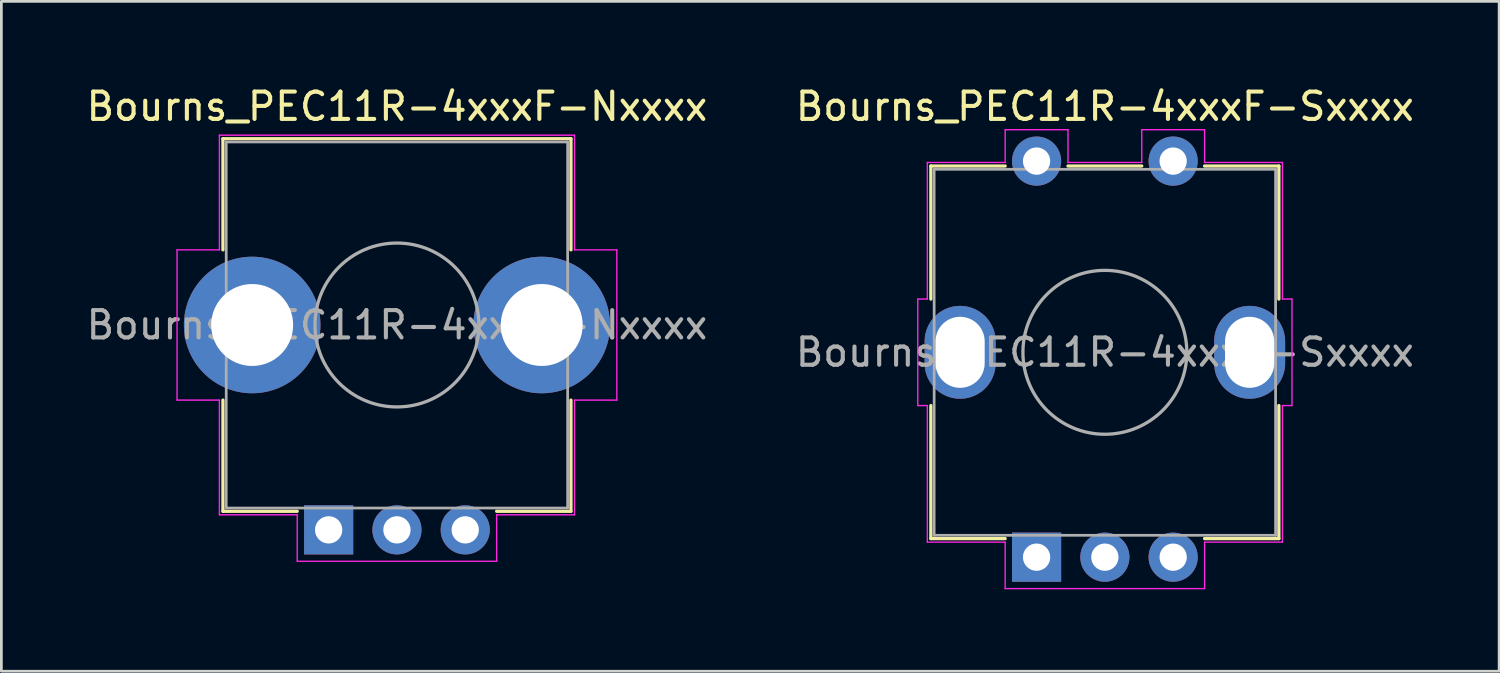
<source format=kicad_pcb>
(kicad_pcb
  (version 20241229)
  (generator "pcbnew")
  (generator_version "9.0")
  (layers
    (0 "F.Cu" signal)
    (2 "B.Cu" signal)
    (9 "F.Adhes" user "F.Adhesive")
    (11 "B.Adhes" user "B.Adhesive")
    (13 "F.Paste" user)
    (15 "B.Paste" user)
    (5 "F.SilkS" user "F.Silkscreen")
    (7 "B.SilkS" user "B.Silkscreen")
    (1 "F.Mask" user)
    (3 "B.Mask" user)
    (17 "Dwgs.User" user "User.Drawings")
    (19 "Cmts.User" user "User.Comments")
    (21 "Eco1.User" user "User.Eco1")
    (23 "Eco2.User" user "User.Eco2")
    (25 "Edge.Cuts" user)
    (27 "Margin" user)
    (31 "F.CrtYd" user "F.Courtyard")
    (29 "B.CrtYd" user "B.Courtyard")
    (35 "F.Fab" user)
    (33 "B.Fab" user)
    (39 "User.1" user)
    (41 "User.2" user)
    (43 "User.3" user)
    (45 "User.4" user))
  (footprint "Bourns_PEC11R-4xxxF-Sxxxx"
    (layer "F.Cu")
    (at 37.399 9.848)
    (property "Reference" "Bourns_PEC11R-4xxxF-Sxxxx" (at 0 -9 0) (layer "F.SilkS") (effects (font (size 1 1) (thickness 0.15))))
    (attr through_hole)
    (fp_line (start -6.37 -6.82) (end -6.37 -1.95) (stroke (width 0.12) (type solid)) (layer "F.SilkS"))
    (fp_line (start -6.37 1.95) (end -6.37 6.82) (stroke (width 0.12) (type solid)) (layer "F.SilkS"))
    (fp_line (start -3.65 -6.82) (end -6.37 -6.82) (stroke (width 0.12) (type solid)) (layer "F.SilkS"))
    (fp_line (start -3.65 6.82) (end -6.37 6.82) (stroke (width 0.12) (type solid)) (layer "F.SilkS"))
    (fp_line (start 1.35 -6.82) (end -1.35 -6.82) (stroke (width 0.12) (type solid)) (layer "F.SilkS"))
    (fp_line (start 6.37 -6.82) (end 3.65 -6.82) (stroke (width 0.12) (type solid)) (layer "F.SilkS"))
    (fp_line (start 6.37 -6.82) (end 6.37 -1.95) (stroke (width 0.12) (type solid)) (layer "F.SilkS"))
    (fp_line (start 6.37 1.95) (end 6.37 6.82) (stroke (width 0.12) (type solid)) (layer "F.SilkS"))
    (fp_line (start 6.37 6.82) (end 3.65 6.82) (stroke (width 0.12) (type solid)) (layer "F.SilkS"))
    (fp_line (start -6.85 1.95) (end -6.85 -1.95) (stroke (width 0.05) (type solid)) (layer "F.CrtYd"))
    (fp_line (start -6.5 -1.95) (end -6.85 -1.95) (stroke (width 0.05) (type solid)) (layer "F.CrtYd"))
    (fp_line (start -6.5 -1.95) (end -6.5 -6.95) (stroke (width 0.05) (type solid)) (layer "F.CrtYd"))
    (fp_line (start -6.5 1.95) (end -6.85 1.95) (stroke (width 0.05) (type solid)) (layer "F.CrtYd"))
    (fp_line (start -6.5 6.95) (end -6.5 1.95) (stroke (width 0.05) (type solid)) (layer "F.CrtYd"))
    (fp_line (start -3.65 -6.95) (end -6.5 -6.95) (stroke (width 0.05) (type solid)) (layer "F.CrtYd"))
    (fp_line (start -3.65 -6.95) (end -3.65 -8.15) (stroke (width 0.05) (type solid)) (layer "F.CrtYd"))
    (fp_line (start -3.65 6.95) (end -6.5 6.95) (stroke (width 0.05) (type solid)) (layer "F.CrtYd"))
    (fp_line (start -3.65 8.65) (end -3.65 6.95) (stroke (width 0.05) (type solid)) (layer "F.CrtYd"))
    (fp_line (start -1.35 -8.15) (end -3.65 -8.15) (stroke (width 0.05) (type solid)) (layer "F.CrtYd"))
    (fp_line (start -1.35 -6.95) (end -1.35 -8.15) (stroke (width 0.05) (type solid)) (layer "F.CrtYd"))
    (fp_line (start 1.35 -6.95) (end -1.35 -6.95) (stroke (width 0.05) (type solid)) (layer "F.CrtYd"))
    (fp_line (start 1.35 -6.95) (end 1.35 -8.15) (stroke (width 0.05) (type solid)) (layer "F.CrtYd"))
    (fp_line (start 3.65 -8.15) (end 1.35 -8.15) (stroke (width 0.05) (type solid)) (layer "F.CrtYd"))
    (fp_line (start 3.65 -6.95) (end 3.65 -8.15) (stroke (width 0.05) (type solid)) (layer "F.CrtYd"))
    (fp_line (start 3.65 8.65) (end -3.65 8.65) (stroke (width 0.05) (type solid)) (layer "F.CrtYd"))
    (fp_line (start 3.65 8.65) (end 3.65 6.95) (stroke (width 0.05) (type solid)) (layer "F.CrtYd"))
    (fp_line (start 6.5 -6.95) (end 3.65 -6.95) (stroke (width 0.05) (type solid)) (layer "F.CrtYd"))
    (fp_line (start 6.5 -1.95) (end 6.5 -6.95) (stroke (width 0.05) (type solid)) (layer "F.CrtYd"))
    (fp_line (start 6.5 6.95) (end 3.65 6.95) (stroke (width 0.05) (type solid)) (layer "F.CrtYd"))
    (fp_line (start 6.5 6.95) (end 6.5 1.95) (stroke (width 0.05) (type solid)) (layer "F.CrtYd"))
    (fp_line (start 6.85 -1.95) (end 6.5 -1.95) (stroke (width 0.05) (type solid)) (layer "F.CrtYd"))
    (fp_line (start 6.85 1.95) (end 6.5 1.95) (stroke (width 0.05) (type solid)) (layer "F.CrtYd"))
    (fp_line (start 6.85 1.95) (end 6.85 -1.95) (stroke (width 0.05) (type solid)) (layer "F.CrtYd"))
    (fp_line (start -6.25 -6.7) (end 6.25 -6.7) (stroke (width 0.1) (type solid)) (layer "F.Fab"))
    (fp_line (start -6.25 6.7) (end -6.25 -6.7) (stroke (width 0.1) (type solid)) (layer "F.Fab"))
    (fp_line (start 6.25 -6.7) (end 6.25 6.7) (stroke (width 0.1) (type solid)) (layer "F.Fab"))
    (fp_line (start 6.25 6.7) (end -6.25 6.7) (stroke (width 0.1) (type solid)) (layer "F.Fab"))
    (fp_circle (center 0 0) (end 3 0) (stroke (width 0.12) (type solid)) (fill no) (layer "F.Fab"))
    (fp_text user "${REFERENCE}" (at 0 0 0) (layer "F.Fab") (effects (font (size 1 1) (thickness 0.15))))
    (pad "" thru_hole oval (at -5.3 0) (size 2.6 3.4) (drill oval 1.8 2.6) (layers "*.Cu" "*.Mask"))
    (pad "" thru_hole oval (at 5.3 0) (size 2.6 3.4) (drill oval 1.8 2.6) (layers "*.Cu" "*.Mask"))
    (pad "1" thru_hole circle (at -2.5 -7) (size 1.8 1.8) (drill 1) (layers "*.Cu" "*.Mask"))
    (pad "2" thru_hole circle (at 2.5 -7) (size 1.8 1.8) (drill 1) (layers "*.Cu" "*.Mask"))
    (pad "A" thru_hole rect (at -2.5 7.5) (size 1.8 1.8) (drill 1) (layers "*.Cu" "*.Mask"))
    (pad "B" thru_hole circle (at 0 7.5) (size 1.8 1.8) (drill 1) (layers "*.Cu" "*.Mask"))
    (pad "C" thru_hole circle (at 2.5 7.5) (size 1.8 1.8) (drill 1) (layers "*.Cu" "*.Mask")))
  (footprint "Bourns_PEC11R-4xxxF-Nxxxx"
    (layer "F.Cu")
    (at 11.482 8.848)
    (property "Reference" "Bourns_PEC11R-4xxxF-Nxxxx" (at 0 -8 0) (layer "F.SilkS") (effects (font (size 1 1) (thickness 0.15))))
    (attr through_hole)
    (fp_line (start -6.37 -6.82) (end -6.37 -2.75) (stroke (width 0.12) (type solid)) (layer "F.SilkS"))
    (fp_line (start -6.37 2.75) (end -6.37 6.82) (stroke (width 0.12) (type solid)) (layer "F.SilkS"))
    (fp_line (start -3.65 6.82) (end -6.37 6.82) (stroke (width 0.12) (type solid)) (layer "F.SilkS"))
    (fp_line (start 6.37 -6.82) (end -6.37 -6.82) (stroke (width 0.12) (type solid)) (layer "F.SilkS"))
    (fp_line (start 6.37 -6.82) (end 6.37 -2.75) (stroke (width 0.12) (type solid)) (layer "F.SilkS"))
    (fp_line (start 6.37 2.75) (end 6.37 6.82) (stroke (width 0.12) (type solid)) (layer "F.SilkS"))
    (fp_line (start 6.37 6.82) (end 3.65 6.82) (stroke (width 0.12) (type solid)) (layer "F.SilkS"))
    (fp_line (start -8.05 2.75) (end -8.05 -2.75) (stroke (width 0.05) (type solid)) (layer "F.CrtYd"))
    (fp_line (start -6.5 -6.95) (end 6.5 -6.95) (stroke (width 0.05) (type solid)) (layer "F.CrtYd"))
    (fp_line (start -6.5 -2.75) (end -8.05 -2.75) (stroke (width 0.05) (type solid)) (layer "F.CrtYd"))
    (fp_line (start -6.5 -2.75) (end -6.5 -6.95) (stroke (width 0.05) (type solid)) (layer "F.CrtYd"))
    (fp_line (start -6.5 2.75) (end -8.05 2.75) (stroke (width 0.05) (type solid)) (layer "F.CrtYd"))
    (fp_line (start -6.5 6.95) (end -6.5 2.75) (stroke (width 0.05) (type solid)) (layer "F.CrtYd"))
    (fp_line (start -3.65 6.95) (end -6.5 6.95) (stroke (width 0.05) (type solid)) (layer "F.CrtYd"))
    (fp_line (start -3.65 8.65) (end -3.65 6.95) (stroke (width 0.05) (type solid)) (layer "F.CrtYd"))
    (fp_line (start 3.65 8.65) (end -3.65 8.65) (stroke (width 0.05) (type solid)) (layer "F.CrtYd"))
    (fp_line (start 3.65 8.65) (end 3.65 6.95) (stroke (width 0.05) (type solid)) (layer "F.CrtYd"))
    (fp_line (start 6.5 -2.75) (end 6.5 -6.95) (stroke (width 0.05) (type solid)) (layer "F.CrtYd"))
    (fp_line (start 6.5 6.95) (end 3.65 6.95) (stroke (width 0.05) (type solid)) (layer "F.CrtYd"))
    (fp_line (start 6.5 6.95) (end 6.5 2.75) (stroke (width 0.05) (type solid)) (layer "F.CrtYd"))
    (fp_line (start 8.05 -2.75) (end 6.5 -2.75) (stroke (width 0.05) (type solid)) (layer "F.CrtYd"))
    (fp_line (start 8.05 2.75) (end 6.5 2.75) (stroke (width 0.05) (type solid)) (layer "F.CrtYd"))
    (fp_line (start 8.05 2.75) (end 8.05 -2.75) (stroke (width 0.05) (type solid)) (layer "F.CrtYd"))
    (fp_line (start -6.25 -6.7) (end 6.25 -6.7) (stroke (width 0.1) (type solid)) (layer "F.Fab"))
    (fp_line (start -6.25 6.7) (end -6.25 -6.7) (stroke (width 0.1) (type solid)) (layer "F.Fab"))
    (fp_line (start 6.25 -6.7) (end 6.25 6.7) (stroke (width 0.1) (type solid)) (layer "F.Fab"))
    (fp_line (start 6.25 6.7) (end -6.25 6.7) (stroke (width 0.1) (type solid)) (layer "F.Fab"))
    (fp_circle (center 0 0) (end 3 0) (stroke (width 0.12) (type solid)) (fill no) (layer "F.Fab"))
    (fp_text user "${REFERENCE}" (at 0 0 0) (layer "F.Fab") (effects (font (size 1 1) (thickness 0.15))))
    (pad "" thru_hole circle (at -5.3 0) (size 5 5) (drill 3) (layers "*.Cu" "*.Mask"))
    (pad "" thru_hole circle (at 5.3 0) (size 5 5) (drill 3) (layers "*.Cu" "*.Mask"))
    (pad "A" thru_hole rect (at -2.5 7.5) (size 1.8 1.8) (drill 1) (layers "*.Cu" "*.Mask"))
    (pad "B" thru_hole circle (at 0 7.5) (size 1.8 1.8) (drill 1) (layers "*.Cu" "*.Mask"))
    (pad "C" thru_hole circle (at 2.5 7.5) (size 1.8 1.8) (drill 1) (layers "*.Cu" "*.Mask")))
  (gr_rect
    (start -3 -3)
    (end 51.833 21.523)
    (stroke (width 0.1) (type default))
    (fill no)
    (layer "Edge.Cuts")))
</source>
